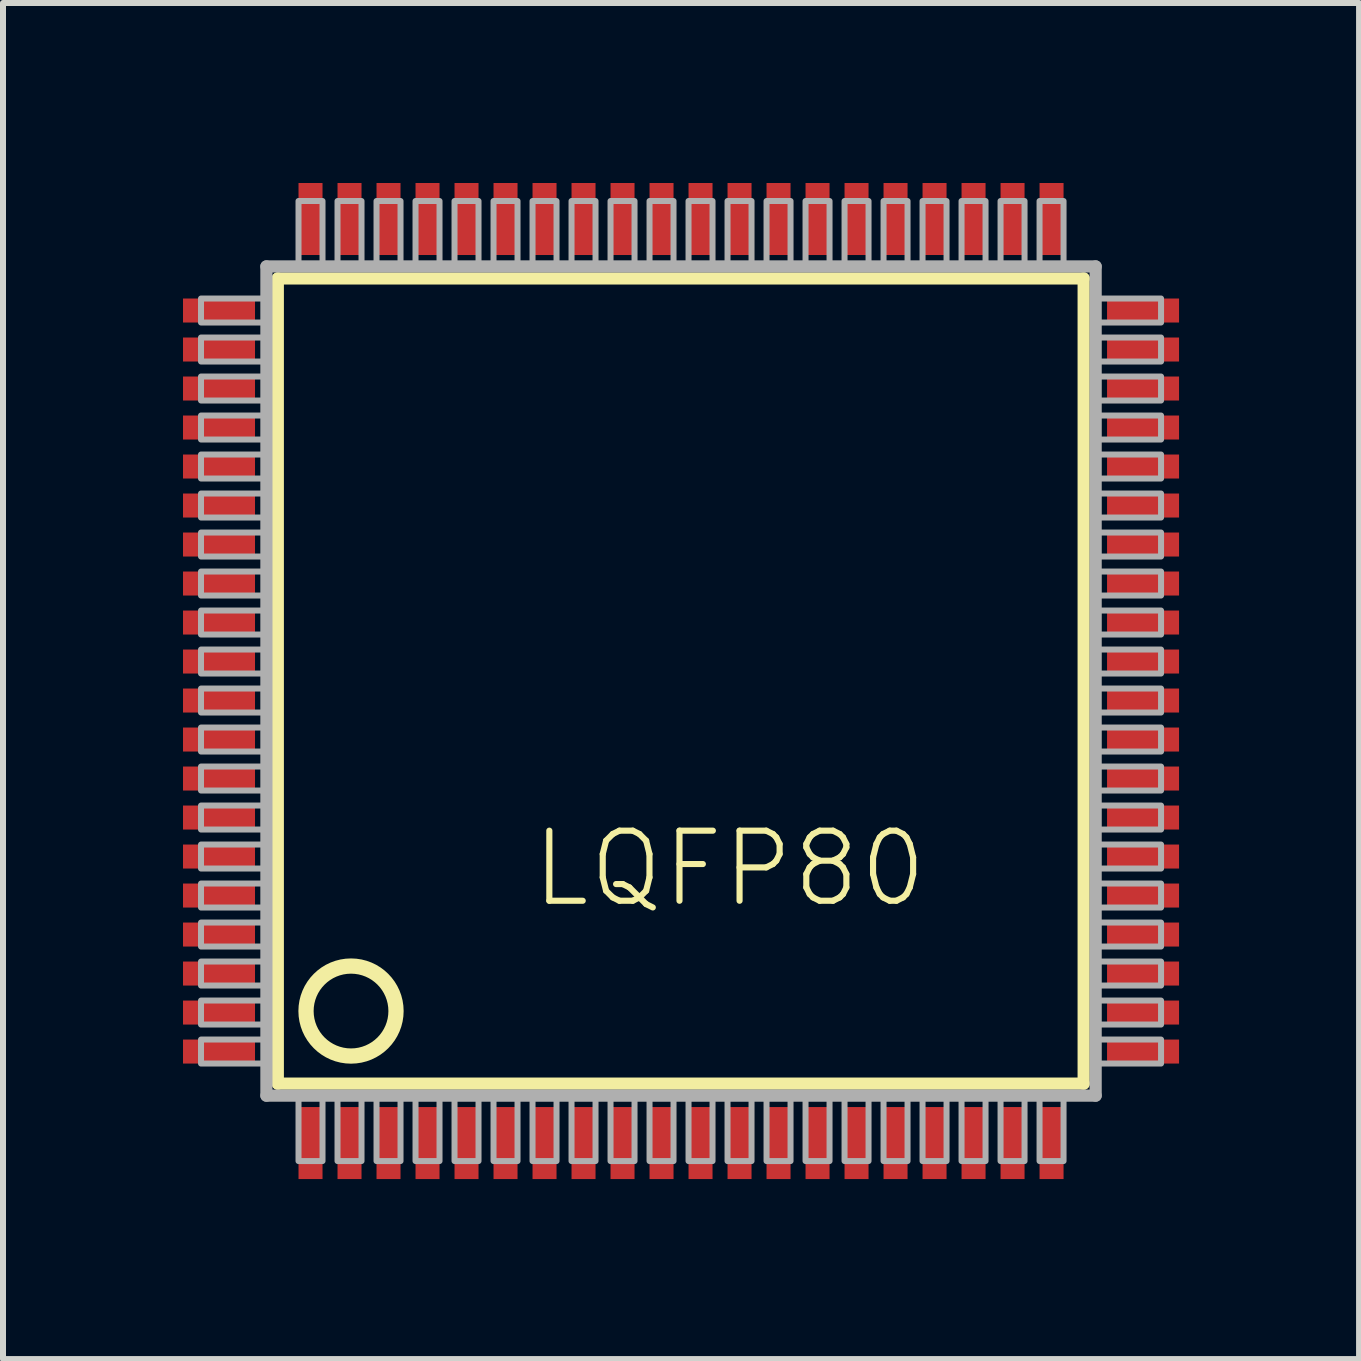
<source format=kicad_pcb>
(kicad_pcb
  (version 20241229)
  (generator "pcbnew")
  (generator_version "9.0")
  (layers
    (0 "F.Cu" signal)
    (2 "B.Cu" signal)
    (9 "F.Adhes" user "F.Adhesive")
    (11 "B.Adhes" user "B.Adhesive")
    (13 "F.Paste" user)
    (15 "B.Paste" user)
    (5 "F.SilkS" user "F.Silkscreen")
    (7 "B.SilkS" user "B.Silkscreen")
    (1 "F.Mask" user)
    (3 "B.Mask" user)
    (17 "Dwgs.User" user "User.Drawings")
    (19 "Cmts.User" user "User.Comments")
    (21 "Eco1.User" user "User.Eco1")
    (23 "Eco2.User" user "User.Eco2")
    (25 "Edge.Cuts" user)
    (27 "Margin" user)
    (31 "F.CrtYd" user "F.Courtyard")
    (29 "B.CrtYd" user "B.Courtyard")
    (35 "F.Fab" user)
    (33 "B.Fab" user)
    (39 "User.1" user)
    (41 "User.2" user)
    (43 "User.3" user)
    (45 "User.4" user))
  (footprint "LQFP80"
    (layer "F.Cu")
    (at 8.3 8.3)
    (property "Reference" "LQFP80" (at -2.54 3.81 0) (unlocked yes) (layer "F.SilkS") (effects (font (size 1.168 1.168) (thickness 0.102)) (justify left bottom)))
    (fp_line (start -6.72 -6.71) (end 6.71 -6.71) (stroke (width 0.203) (type solid)) (layer "F.SilkS"))
    (fp_line (start -6.72 6.71) (end -6.72 -6.71) (stroke (width 0.203) (type solid)) (layer "F.SilkS"))
    (fp_line (start 6.71 -6.71) (end 6.71 6.71) (stroke (width 0.203) (type solid)) (layer "F.SilkS"))
    (fp_line (start 6.71 6.71) (end -6.72 6.71) (stroke (width 0.203) (type solid)) (layer "F.SilkS"))
    (fp_circle (center -5.5 5.5) (end -4.75 5.5) (stroke (width 0.254) (type solid)) (fill no) (layer "F.SilkS"))
    (fp_line (start -6.91 -6.91) (end -6.91 6.91) (stroke (width 0.203) (type solid)) (layer "F.Fab"))
    (fp_line (start -6.91 6.91) (end 6.91 6.91) (stroke (width 0.203) (type solid)) (layer "F.Fab"))
    (fp_line (start 6.91 -6.91) (end -6.91 -6.91) (stroke (width 0.203) (type solid)) (layer "F.Fab"))
    (fp_line (start 6.91 6.91) (end 6.91 -6.91) (stroke (width 0.203) (type solid)) (layer "F.Fab"))
    (fp_poly (pts (xy -8 -5.975) (xy -6.95 -5.975) (xy -6.95 -6.375) (xy -8 -6.375)) (stroke (width 0.1) (type default)) (fill no) (layer "F.Fab"))
    (fp_poly (pts (xy -8 -5.325) (xy -6.95 -5.325) (xy -6.95 -5.725) (xy -8 -5.725)) (stroke (width 0.1) (type default)) (fill no) (layer "F.Fab"))
    (fp_poly (pts (xy -8 -4.675) (xy -6.95 -4.675) (xy -6.95 -5.075) (xy -8 -5.075)) (stroke (width 0.1) (type default)) (fill no) (layer "F.Fab"))
    (fp_poly (pts (xy -8 -4.025) (xy -6.95 -4.025) (xy -6.95 -4.425) (xy -8 -4.425)) (stroke (width 0.1) (type default)) (fill no) (layer "F.Fab"))
    (fp_poly (pts (xy -8 -3.375) (xy -6.95 -3.375) (xy -6.95 -3.775) (xy -8 -3.775)) (stroke (width 0.1) (type default)) (fill no) (layer "F.Fab"))
    (fp_poly (pts (xy -8 -2.725) (xy -6.95 -2.725) (xy -6.95 -3.125) (xy -8 -3.125)) (stroke (width 0.1) (type default)) (fill no) (layer "F.Fab"))
    (fp_poly (pts (xy -8 -2.075) (xy -6.95 -2.075) (xy -6.95 -2.475) (xy -8 -2.475)) (stroke (width 0.1) (type default)) (fill no) (layer "F.Fab"))
    (fp_poly (pts (xy -8 -1.425) (xy -6.95 -1.425) (xy -6.95 -1.825) (xy -8 -1.825)) (stroke (width 0.1) (type default)) (fill no) (layer "F.Fab"))
    (fp_poly (pts (xy -8 -0.775) (xy -6.95 -0.775) (xy -6.95 -1.175) (xy -8 -1.175)) (stroke (width 0.1) (type default)) (fill no) (layer "F.Fab"))
    (fp_poly (pts (xy -8 -0.125) (xy -6.95 -0.125) (xy -6.95 -0.525) (xy -8 -0.525)) (stroke (width 0.1) (type default)) (fill no) (layer "F.Fab"))
    (fp_poly (pts (xy -8 0.525) (xy -6.95 0.525) (xy -6.95 0.125) (xy -8 0.125)) (stroke (width 0.1) (type default)) (fill no) (layer "F.Fab"))
    (fp_poly (pts (xy -8 1.175) (xy -6.95 1.175) (xy -6.95 0.775) (xy -8 0.775)) (stroke (width 0.1) (type default)) (fill no) (layer "F.Fab"))
    (fp_poly (pts (xy -8 1.825) (xy -6.95 1.825) (xy -6.95 1.425) (xy -8 1.425)) (stroke (width 0.1) (type default)) (fill no) (layer "F.Fab"))
    (fp_poly (pts (xy -8 2.475) (xy -6.95 2.475) (xy -6.95 2.075) (xy -8 2.075)) (stroke (width 0.1) (type default)) (fill no) (layer "F.Fab"))
    (fp_poly (pts (xy -8 3.125) (xy -6.95 3.125) (xy -6.95 2.725) (xy -8 2.725)) (stroke (width 0.1) (type default)) (fill no) (layer "F.Fab"))
    (fp_poly (pts (xy -8 3.775) (xy -6.95 3.775) (xy -6.95 3.375) (xy -8 3.375)) (stroke (width 0.1) (type default)) (fill no) (layer "F.Fab"))
    (fp_poly (pts (xy -8 4.425) (xy -6.95 4.425) (xy -6.95 4.025) (xy -8 4.025)) (stroke (width 0.1) (type default)) (fill no) (layer "F.Fab"))
    (fp_poly (pts (xy -8 5.075) (xy -6.95 5.075) (xy -6.95 4.675) (xy -8 4.675)) (stroke (width 0.1) (type default)) (fill no) (layer "F.Fab"))
    (fp_poly (pts (xy -8 5.725) (xy -6.95 5.725) (xy -6.95 5.325) (xy -8 5.325)) (stroke (width 0.1) (type default)) (fill no) (layer "F.Fab"))
    (fp_poly (pts (xy -8 6.375) (xy -6.95 6.375) (xy -6.95 5.975) (xy -8 5.975)) (stroke (width 0.1) (type default)) (fill no) (layer "F.Fab"))
    (fp_poly (pts (xy -6.375 -6.95) (xy -5.975 -6.95) (xy -5.975 -8) (xy -6.375 -8)) (stroke (width 0.1) (type default)) (fill no) (layer "F.Fab"))
    (fp_poly (pts (xy -6.375 8) (xy -5.975 8) (xy -5.975 6.95) (xy -6.375 6.95)) (stroke (width 0.1) (type default)) (fill no) (layer "F.Fab"))
    (fp_poly (pts (xy -5.725 -6.95) (xy -5.325 -6.95) (xy -5.325 -8) (xy -5.725 -8)) (stroke (width 0.1) (type default)) (fill no) (layer "F.Fab"))
    (fp_poly (pts (xy -5.725 8) (xy -5.325 8) (xy -5.325 6.95) (xy -5.725 6.95)) (stroke (width 0.1) (type default)) (fill no) (layer "F.Fab"))
    (fp_poly (pts (xy -5.075 -6.95) (xy -4.675 -6.95) (xy -4.675 -8) (xy -5.075 -8)) (stroke (width 0.1) (type default)) (fill no) (layer "F.Fab"))
    (fp_poly (pts (xy -5.075 8) (xy -4.675 8) (xy -4.675 6.95) (xy -5.075 6.95)) (stroke (width 0.1) (type default)) (fill no) (layer "F.Fab"))
    (fp_poly (pts (xy -4.425 -6.95) (xy -4.025 -6.95) (xy -4.025 -8) (xy -4.425 -8)) (stroke (width 0.1) (type default)) (fill no) (layer "F.Fab"))
    (fp_poly (pts (xy -4.425 8) (xy -4.025 8) (xy -4.025 6.95) (xy -4.425 6.95)) (stroke (width 0.1) (type default)) (fill no) (layer "F.Fab"))
    (fp_poly (pts (xy -3.775 -6.95) (xy -3.375 -6.95) (xy -3.375 -8) (xy -3.775 -8)) (stroke (width 0.1) (type default)) (fill no) (layer "F.Fab"))
    (fp_poly (pts (xy -3.775 8) (xy -3.375 8) (xy -3.375 6.95) (xy -3.775 6.95)) (stroke (width 0.1) (type default)) (fill no) (layer "F.Fab"))
    (fp_poly (pts (xy -3.125 -6.95) (xy -2.725 -6.95) (xy -2.725 -8) (xy -3.125 -8)) (stroke (width 0.1) (type default)) (fill no) (layer "F.Fab"))
    (fp_poly (pts (xy -3.125 8) (xy -2.725 8) (xy -2.725 6.95) (xy -3.125 6.95)) (stroke (width 0.1) (type default)) (fill no) (layer "F.Fab"))
    (fp_poly (pts (xy -2.475 -6.95) (xy -2.075 -6.95) (xy -2.075 -8) (xy -2.475 -8)) (stroke (width 0.1) (type default)) (fill no) (layer "F.Fab"))
    (fp_poly (pts (xy -2.475 8) (xy -2.075 8) (xy -2.075 6.95) (xy -2.475 6.95)) (stroke (width 0.1) (type default)) (fill no) (layer "F.Fab"))
    (fp_poly (pts (xy -1.825 -6.95) (xy -1.425 -6.95) (xy -1.425 -8) (xy -1.825 -8)) (stroke (width 0.1) (type default)) (fill no) (layer "F.Fab"))
    (fp_poly (pts (xy -1.825 8) (xy -1.425 8) (xy -1.425 6.95) (xy -1.825 6.95)) (stroke (width 0.1) (type default)) (fill no) (layer "F.Fab"))
    (fp_poly (pts (xy -1.175 -6.95) (xy -0.775 -6.95) (xy -0.775 -8) (xy -1.175 -8)) (stroke (width 0.1) (type default)) (fill no) (layer "F.Fab"))
    (fp_poly (pts (xy -1.175 8) (xy -0.775 8) (xy -0.775 6.95) (xy -1.175 6.95)) (stroke (width 0.1) (type default)) (fill no) (layer "F.Fab"))
    (fp_poly (pts (xy -0.525 -6.95) (xy -0.125 -6.95) (xy -0.125 -8) (xy -0.525 -8)) (stroke (width 0.1) (type default)) (fill no) (layer "F.Fab"))
    (fp_poly (pts (xy -0.525 8) (xy -0.125 8) (xy -0.125 6.95) (xy -0.525 6.95)) (stroke (width 0.1) (type default)) (fill no) (layer "F.Fab"))
    (fp_poly (pts (xy 0.125 -6.95) (xy 0.525 -6.95) (xy 0.525 -8) (xy 0.125 -8)) (stroke (width 0.1) (type default)) (fill no) (layer "F.Fab"))
    (fp_poly (pts (xy 0.125 8) (xy 0.525 8) (xy 0.525 6.95) (xy 0.125 6.95)) (stroke (width 0.1) (type default)) (fill no) (layer "F.Fab"))
    (fp_poly (pts (xy 0.775 -6.95) (xy 1.175 -6.95) (xy 1.175 -8) (xy 0.775 -8)) (stroke (width 0.1) (type default)) (fill no) (layer "F.Fab"))
    (fp_poly (pts (xy 0.775 8) (xy 1.175 8) (xy 1.175 6.95) (xy 0.775 6.95)) (stroke (width 0.1) (type default)) (fill no) (layer "F.Fab"))
    (fp_poly (pts (xy 1.425 -6.95) (xy 1.825 -6.95) (xy 1.825 -8) (xy 1.425 -8)) (stroke (width 0.1) (type default)) (fill no) (layer "F.Fab"))
    (fp_poly (pts (xy 1.425 8) (xy 1.825 8) (xy 1.825 6.95) (xy 1.425 6.95)) (stroke (width 0.1) (type default)) (fill no) (layer "F.Fab"))
    (fp_poly (pts (xy 2.075 -6.95) (xy 2.475 -6.95) (xy 2.475 -8) (xy 2.075 -8)) (stroke (width 0.1) (type default)) (fill no) (layer "F.Fab"))
    (fp_poly (pts (xy 2.075 8) (xy 2.475 8) (xy 2.475 6.95) (xy 2.075 6.95)) (stroke (width 0.1) (type default)) (fill no) (layer "F.Fab"))
    (fp_poly (pts (xy 2.725 -6.95) (xy 3.125 -6.95) (xy 3.125 -8) (xy 2.725 -8)) (stroke (width 0.1) (type default)) (fill no) (layer "F.Fab"))
    (fp_poly (pts (xy 2.725 8) (xy 3.125 8) (xy 3.125 6.95) (xy 2.725 6.95)) (stroke (width 0.1) (type default)) (fill no) (layer "F.Fab"))
    (fp_poly (pts (xy 3.375 -6.95) (xy 3.775 -6.95) (xy 3.775 -8) (xy 3.375 -8)) (stroke (width 0.1) (type default)) (fill no) (layer "F.Fab"))
    (fp_poly (pts (xy 3.375 8) (xy 3.775 8) (xy 3.775 6.95) (xy 3.375 6.95)) (stroke (width 0.1) (type default)) (fill no) (layer "F.Fab"))
    (fp_poly (pts (xy 4.025 -6.95) (xy 4.425 -6.95) (xy 4.425 -8) (xy 4.025 -8)) (stroke (width 0.1) (type default)) (fill no) (layer "F.Fab"))
    (fp_poly (pts (xy 4.025 8) (xy 4.425 8) (xy 4.425 6.95) (xy 4.025 6.95)) (stroke (width 0.1) (type default)) (fill no) (layer "F.Fab"))
    (fp_poly (pts (xy 4.675 -6.95) (xy 5.075 -6.95) (xy 5.075 -8) (xy 4.675 -8)) (stroke (width 0.1) (type default)) (fill no) (layer "F.Fab"))
    (fp_poly (pts (xy 4.675 8) (xy 5.075 8) (xy 5.075 6.95) (xy 4.675 6.95)) (stroke (width 0.1) (type default)) (fill no) (layer "F.Fab"))
    (fp_poly (pts (xy 5.325 -6.95) (xy 5.725 -6.95) (xy 5.725 -8) (xy 5.325 -8)) (stroke (width 0.1) (type default)) (fill no) (layer "F.Fab"))
    (fp_poly (pts (xy 5.325 8) (xy 5.725 8) (xy 5.725 6.95) (xy 5.325 6.95)) (stroke (width 0.1) (type default)) (fill no) (layer "F.Fab"))
    (fp_poly (pts (xy 5.975 -6.95) (xy 6.375 -6.95) (xy 6.375 -8) (xy 5.975 -8)) (stroke (width 0.1) (type default)) (fill no) (layer "F.Fab"))
    (fp_poly (pts (xy 5.975 8) (xy 6.375 8) (xy 6.375 6.95) (xy 5.975 6.95)) (stroke (width 0.1) (type default)) (fill no) (layer "F.Fab"))
    (fp_poly (pts (xy 6.95 -5.975) (xy 8 -5.975) (xy 8 -6.375) (xy 6.95 -6.375)) (stroke (width 0.1) (type default)) (fill no) (layer "F.Fab"))
    (fp_poly (pts (xy 6.95 -5.325) (xy 8 -5.325) (xy 8 -5.725) (xy 6.95 -5.725)) (stroke (width 0.1) (type default)) (fill no) (layer "F.Fab"))
    (fp_poly (pts (xy 6.95 -4.675) (xy 8 -4.675) (xy 8 -5.075) (xy 6.95 -5.075)) (stroke (width 0.1) (type default)) (fill no) (layer "F.Fab"))
    (fp_poly (pts (xy 6.95 -4.025) (xy 8 -4.025) (xy 8 -4.425) (xy 6.95 -4.425)) (stroke (width 0.1) (type default)) (fill no) (layer "F.Fab"))
    (fp_poly (pts (xy 6.95 -3.375) (xy 8 -3.375) (xy 8 -3.775) (xy 6.95 -3.775)) (stroke (width 0.1) (type default)) (fill no) (layer "F.Fab"))
    (fp_poly (pts (xy 6.95 -2.725) (xy 8 -2.725) (xy 8 -3.125) (xy 6.95 -3.125)) (stroke (width 0.1) (type default)) (fill no) (layer "F.Fab"))
    (fp_poly (pts (xy 6.95 -2.075) (xy 8 -2.075) (xy 8 -2.475) (xy 6.95 -2.475)) (stroke (width 0.1) (type default)) (fill no) (layer "F.Fab"))
    (fp_poly (pts (xy 6.95 -1.425) (xy 8 -1.425) (xy 8 -1.825) (xy 6.95 -1.825)) (stroke (width 0.1) (type default)) (fill no) (layer "F.Fab"))
    (fp_poly (pts (xy 6.95 -0.775) (xy 8 -0.775) (xy 8 -1.175) (xy 6.95 -1.175)) (stroke (width 0.1) (type default)) (fill no) (layer "F.Fab"))
    (fp_poly (pts (xy 6.95 -0.125) (xy 8 -0.125) (xy 8 -0.525) (xy 6.95 -0.525)) (stroke (width 0.1) (type default)) (fill no) (layer "F.Fab"))
    (fp_poly (pts (xy 6.95 0.525) (xy 8 0.525) (xy 8 0.125) (xy 6.95 0.125)) (stroke (width 0.1) (type default)) (fill no) (layer "F.Fab"))
    (fp_poly (pts (xy 6.95 1.175) (xy 8 1.175) (xy 8 0.775) (xy 6.95 0.775)) (stroke (width 0.1) (type default)) (fill no) (layer "F.Fab"))
    (fp_poly (pts (xy 6.95 1.825) (xy 8 1.825) (xy 8 1.425) (xy 6.95 1.425)) (stroke (width 0.1) (type default)) (fill no) (layer "F.Fab"))
    (fp_poly (pts (xy 6.95 2.475) (xy 8 2.475) (xy 8 2.075) (xy 6.95 2.075)) (stroke (width 0.1) (type default)) (fill no) (layer "F.Fab"))
    (fp_poly (pts (xy 6.95 3.125) (xy 8 3.125) (xy 8 2.725) (xy 6.95 2.725)) (stroke (width 0.1) (type default)) (fill no) (layer "F.Fab"))
    (fp_poly (pts (xy 6.95 3.775) (xy 8 3.775) (xy 8 3.375) (xy 6.95 3.375)) (stroke (width 0.1) (type default)) (fill no) (layer "F.Fab"))
    (fp_poly (pts (xy 6.95 4.425) (xy 8 4.425) (xy 8 4.025) (xy 6.95 4.025)) (stroke (width 0.1) (type default)) (fill no) (layer "F.Fab"))
    (fp_poly (pts (xy 6.95 5.075) (xy 8 5.075) (xy 8 4.675) (xy 6.95 4.675)) (stroke (width 0.1) (type default)) (fill no) (layer "F.Fab"))
    (fp_poly (pts (xy 6.95 5.725) (xy 8 5.725) (xy 8 5.325) (xy 6.95 5.325)) (stroke (width 0.1) (type default)) (fill no) (layer "F.Fab"))
    (fp_poly (pts (xy 6.95 6.375) (xy 8 6.375) (xy 8 5.975) (xy 6.95 5.975)) (stroke (width 0.1) (type default)) (fill no) (layer "F.Fab"))
    (pad "1" smd rect (at -6.175 7.7) (size 0.4 1.2) (layers "F.Cu" "F.Mask" "F.Paste"))
    (pad "2" smd rect (at -5.525 7.7) (size 0.4 1.2) (layers "F.Cu" "F.Mask" "F.Paste"))
    (pad "3" smd rect (at -4.875 7.7) (size 0.4 1.2) (layers "F.Cu" "F.Mask" "F.Paste"))
    (pad "4" smd rect (at -4.225 7.7) (size 0.4 1.2) (layers "F.Cu" "F.Mask" "F.Paste"))
    (pad "5" smd rect (at -3.575 7.7) (size 0.4 1.2) (layers "F.Cu" "F.Mask" "F.Paste"))
    (pad "6" smd rect (at -2.925 7.7) (size 0.4 1.2) (layers "F.Cu" "F.Mask" "F.Paste"))
    (pad "7" smd rect (at -2.275 7.7) (size 0.4 1.2) (layers "F.Cu" "F.Mask" "F.Paste"))
    (pad "8" smd rect (at -1.625 7.7) (size 0.4 1.2) (layers "F.Cu" "F.Mask" "F.Paste"))
    (pad "9" smd rect (at -0.975 7.7) (size 0.4 1.2) (layers "F.Cu" "F.Mask" "F.Paste"))
    (pad "10" smd rect (at -0.325 7.7) (size 0.4 1.2) (layers "F.Cu" "F.Mask" "F.Paste"))
    (pad "11" smd rect (at 0.325 7.7) (size 0.4 1.2) (layers "F.Cu" "F.Mask" "F.Paste"))
    (pad "12" smd rect (at 0.975 7.7) (size 0.4 1.2) (layers "F.Cu" "F.Mask" "F.Paste"))
    (pad "13" smd rect (at 1.625 7.7) (size 0.4 1.2) (layers "F.Cu" "F.Mask" "F.Paste"))
    (pad "14" smd rect (at 2.275 7.7) (size 0.4 1.2) (layers "F.Cu" "F.Mask" "F.Paste"))
    (pad "15" smd rect (at 2.925 7.7) (size 0.4 1.2) (layers "F.Cu" "F.Mask" "F.Paste"))
    (pad "16" smd rect (at 3.575 7.7) (size 0.4 1.2) (layers "F.Cu" "F.Mask" "F.Paste"))
    (pad "17" smd rect (at 4.225 7.7) (size 0.4 1.2) (layers "F.Cu" "F.Mask" "F.Paste"))
    (pad "18" smd rect (at 4.875 7.7) (size 0.4 1.2) (layers "F.Cu" "F.Mask" "F.Paste"))
    (pad "19" smd rect (at 5.525 7.7) (size 0.4 1.2) (layers "F.Cu" "F.Mask" "F.Paste"))
    (pad "20" smd rect (at 6.175 7.7) (size 0.4 1.2) (layers "F.Cu" "F.Mask" "F.Paste"))
    (pad "21" smd rect (at 7.7 6.175) (size 1.2 0.4) (layers "F.Cu" "F.Mask" "F.Paste"))
    (pad "22" smd rect (at 7.7 5.525) (size 1.2 0.4) (layers "F.Cu" "F.Mask" "F.Paste"))
    (pad "23" smd rect (at 7.7 4.875) (size 1.2 0.4) (layers "F.Cu" "F.Mask" "F.Paste"))
    (pad "24" smd rect (at 7.7 4.225) (size 1.2 0.4) (layers "F.Cu" "F.Mask" "F.Paste"))
    (pad "25" smd rect (at 7.7 3.575) (size 1.2 0.4) (layers "F.Cu" "F.Mask" "F.Paste"))
    (pad "26" smd rect (at 7.7 2.925) (size 1.2 0.4) (layers "F.Cu" "F.Mask" "F.Paste"))
    (pad "27" smd rect (at 7.7 2.275) (size 1.2 0.4) (layers "F.Cu" "F.Mask" "F.Paste"))
    (pad "28" smd rect (at 7.7 1.625) (size 1.2 0.4) (layers "F.Cu" "F.Mask" "F.Paste"))
    (pad "29" smd rect (at 7.7 0.975) (size 1.2 0.4) (layers "F.Cu" "F.Mask" "F.Paste"))
    (pad "30" smd rect (at 7.7 0.325) (size 1.2 0.4) (layers "F.Cu" "F.Mask" "F.Paste"))
    (pad "31" smd rect (at 7.7 -0.325) (size 1.2 0.4) (layers "F.Cu" "F.Mask" "F.Paste"))
    (pad "32" smd rect (at 7.7 -0.975) (size 1.2 0.4) (layers "F.Cu" "F.Mask" "F.Paste"))
    (pad "33" smd rect (at 7.7 -1.625) (size 1.2 0.4) (layers "F.Cu" "F.Mask" "F.Paste"))
    (pad "34" smd rect (at 7.7 -2.275) (size 1.2 0.4) (layers "F.Cu" "F.Mask" "F.Paste"))
    (pad "35" smd rect (at 7.7 -2.925) (size 1.2 0.4) (layers "F.Cu" "F.Mask" "F.Paste"))
    (pad "36" smd rect (at 7.7 -3.575) (size 1.2 0.4) (layers "F.Cu" "F.Mask" "F.Paste"))
    (pad "37" smd rect (at 7.7 -4.225) (size 1.2 0.4) (layers "F.Cu" "F.Mask" "F.Paste"))
    (pad "38" smd rect (at 7.7 -4.875) (size 1.2 0.4) (layers "F.Cu" "F.Mask" "F.Paste"))
    (pad "39" smd rect (at 7.7 -5.525) (size 1.2 0.4) (layers "F.Cu" "F.Mask" "F.Paste"))
    (pad "40" smd rect (at 7.7 -6.175) (size 1.2 0.4) (layers "F.Cu" "F.Mask" "F.Paste"))
    (pad "41" smd rect (at 6.175 -7.7) (size 0.4 1.2) (layers "F.Cu" "F.Mask" "F.Paste"))
    (pad "42" smd rect (at 5.525 -7.7) (size 0.4 1.2) (layers "F.Cu" "F.Mask" "F.Paste"))
    (pad "43" smd rect (at 4.875 -7.7) (size 0.4 1.2) (layers "F.Cu" "F.Mask" "F.Paste"))
    (pad "44" smd rect (at 4.225 -7.7) (size 0.4 1.2) (layers "F.Cu" "F.Mask" "F.Paste"))
    (pad "45" smd rect (at 3.575 -7.7) (size 0.4 1.2) (layers "F.Cu" "F.Mask" "F.Paste"))
    (pad "46" smd rect (at 2.925 -7.7) (size 0.4 1.2) (layers "F.Cu" "F.Mask" "F.Paste"))
    (pad "47" smd rect (at 2.275 -7.7) (size 0.4 1.2) (layers "F.Cu" "F.Mask" "F.Paste"))
    (pad "48" smd rect (at 1.625 -7.7) (size 0.4 1.2) (layers "F.Cu" "F.Mask" "F.Paste"))
    (pad "49" smd rect (at 0.975 -7.7) (size 0.4 1.2) (layers "F.Cu" "F.Mask" "F.Paste"))
    (pad "50" smd rect (at 0.325 -7.7) (size 0.4 1.2) (layers "F.Cu" "F.Mask" "F.Paste"))
    (pad "51" smd rect (at -0.325 -7.7) (size 0.4 1.2) (layers "F.Cu" "F.Mask" "F.Paste"))
    (pad "52" smd rect (at -0.975 -7.7) (size 0.4 1.2) (layers "F.Cu" "F.Mask" "F.Paste"))
    (pad "53" smd rect (at -1.625 -7.7) (size 0.4 1.2) (layers "F.Cu" "F.Mask" "F.Paste"))
    (pad "54" smd rect (at -2.275 -7.7) (size 0.4 1.2) (layers "F.Cu" "F.Mask" "F.Paste"))
    (pad "55" smd rect (at -2.925 -7.7) (size 0.4 1.2) (layers "F.Cu" "F.Mask" "F.Paste"))
    (pad "56" smd rect (at -3.575 -7.7) (size 0.4 1.2) (layers "F.Cu" "F.Mask" "F.Paste"))
    (pad "57" smd rect (at -4.225 -7.7) (size 0.4 1.2) (layers "F.Cu" "F.Mask" "F.Paste"))
    (pad "58" smd rect (at -4.875 -7.7) (size 0.4 1.2) (layers "F.Cu" "F.Mask" "F.Paste"))
    (pad "59" smd rect (at -5.525 -7.7) (size 0.4 1.2) (layers "F.Cu" "F.Mask" "F.Paste"))
    (pad "60" smd rect (at -6.175 -7.7) (size 0.4 1.2) (layers "F.Cu" "F.Mask" "F.Paste"))
    (pad "61" smd rect (at -7.7 -6.175) (size 1.2 0.4) (layers "F.Cu" "F.Mask" "F.Paste"))
    (pad "62" smd rect (at -7.7 -5.525) (size 1.2 0.4) (layers "F.Cu" "F.Mask" "F.Paste"))
    (pad "63" smd rect (at -7.7 -4.875) (size 1.2 0.4) (layers "F.Cu" "F.Mask" "F.Paste"))
    (pad "64" smd rect (at -7.7 -4.225) (size 1.2 0.4) (layers "F.Cu" "F.Mask" "F.Paste"))
    (pad "65" smd rect (at -7.7 -3.575) (size 1.2 0.4) (layers "F.Cu" "F.Mask" "F.Paste"))
    (pad "66" smd rect (at -7.7 -2.925) (size 1.2 0.4) (layers "F.Cu" "F.Mask" "F.Paste"))
    (pad "67" smd rect (at -7.7 -2.275) (size 1.2 0.4) (layers "F.Cu" "F.Mask" "F.Paste"))
    (pad "68" smd rect (at -7.7 -1.625) (size 1.2 0.4) (layers "F.Cu" "F.Mask" "F.Paste"))
    (pad "69" smd rect (at -7.7 -0.975) (size 1.2 0.4) (layers "F.Cu" "F.Mask" "F.Paste"))
    (pad "70" smd rect (at -7.7 -0.325) (size 1.2 0.4) (layers "F.Cu" "F.Mask" "F.Paste"))
    (pad "71" smd rect (at -7.7 0.325) (size 1.2 0.4) (layers "F.Cu" "F.Mask" "F.Paste"))
    (pad "72" smd rect (at -7.7 0.975) (size 1.2 0.4) (layers "F.Cu" "F.Mask" "F.Paste"))
    (pad "73" smd rect (at -7.7 1.625) (size 1.2 0.4) (layers "F.Cu" "F.Mask" "F.Paste"))
    (pad "74" smd rect (at -7.7 2.275) (size 1.2 0.4) (layers "F.Cu" "F.Mask" "F.Paste"))
    (pad "75" smd rect (at -7.7 2.925) (size 1.2 0.4) (layers "F.Cu" "F.Mask" "F.Paste"))
    (pad "76" smd rect (at -7.7 3.575) (size 1.2 0.4) (layers "F.Cu" "F.Mask" "F.Paste"))
    (pad "77" smd rect (at -7.7 4.225) (size 1.2 0.4) (layers "F.Cu" "F.Mask" "F.Paste"))
    (pad "78" smd rect (at -7.7 4.875) (size 1.2 0.4) (layers "F.Cu" "F.Mask" "F.Paste"))
    (pad "79" smd rect (at -7.7 5.525) (size 1.2 0.4) (layers "F.Cu" "F.Mask" "F.Paste"))
    (pad "80" smd rect (at -7.7 6.175) (size 1.2 0.4) (layers "F.Cu" "F.Mask" "F.Paste")))
  (gr_rect
    (start -3 -3)
    (end 19.6 19.6)
    (stroke (width 0.1) (type default))
    (fill no)
    (layer "Edge.Cuts")))
</source>
